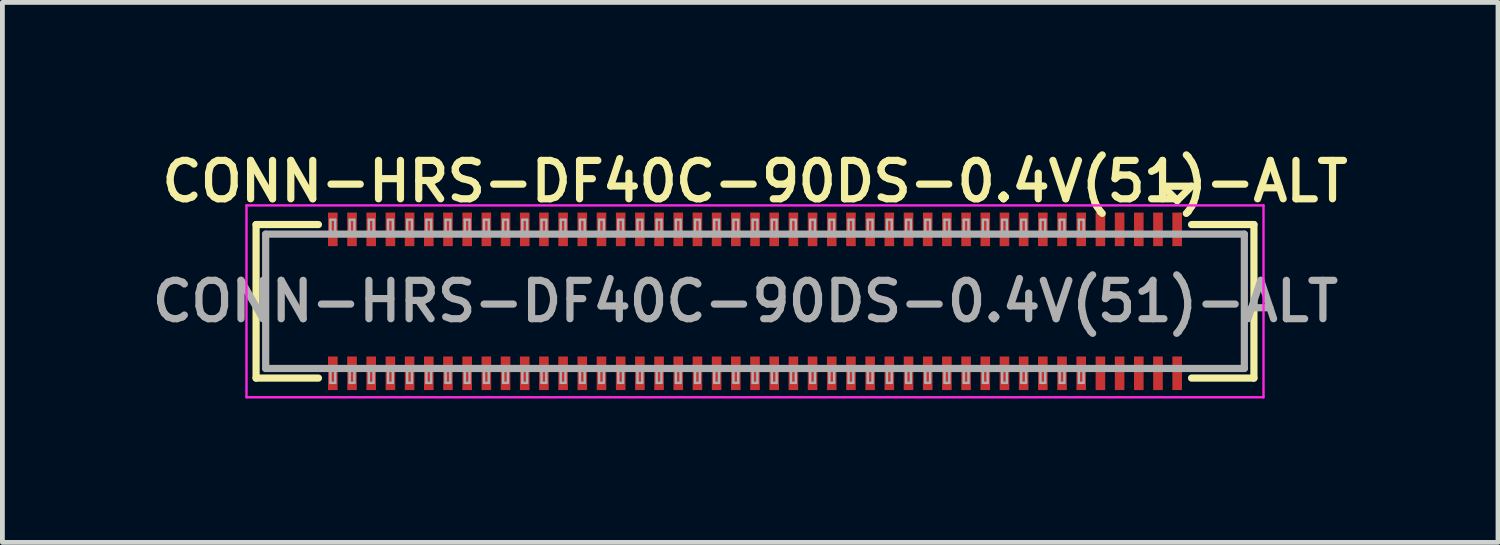
<source format=kicad_pcb>
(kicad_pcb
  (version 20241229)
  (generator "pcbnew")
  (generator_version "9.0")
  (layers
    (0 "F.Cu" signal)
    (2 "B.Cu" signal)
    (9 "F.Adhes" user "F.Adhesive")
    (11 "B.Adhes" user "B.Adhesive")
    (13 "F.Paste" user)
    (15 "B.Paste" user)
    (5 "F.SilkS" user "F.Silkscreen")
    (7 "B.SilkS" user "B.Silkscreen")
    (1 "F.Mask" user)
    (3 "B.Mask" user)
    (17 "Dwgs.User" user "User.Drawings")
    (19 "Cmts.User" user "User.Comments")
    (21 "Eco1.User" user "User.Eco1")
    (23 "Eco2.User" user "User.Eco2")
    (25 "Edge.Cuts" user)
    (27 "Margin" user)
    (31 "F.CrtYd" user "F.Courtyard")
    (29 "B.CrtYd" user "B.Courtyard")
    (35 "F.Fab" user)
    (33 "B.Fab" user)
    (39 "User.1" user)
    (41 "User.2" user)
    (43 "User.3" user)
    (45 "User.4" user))
  (footprint "CONN-HRS-DF40C-90DS-0.4V(51)-ALT"
    (layer "F.Cu")
    (at 12.688 3.231)
    (property "Reference" "CONN-HRS-DF40C-90DS-0.4V(51)-ALT" (at 0 -2.5 0) (layer "F.SilkS") (effects (font (size 0.8 0.8) (thickness 0.15))))
    (attr through_hole)
    (fp_line (start -10.4 -1.6) (end -10.4 1.6) (stroke (width 0.15) (type solid)) (layer "F.SilkS"))
    (fp_line (start -10.4 -1.6) (end -9.1 -1.6) (stroke (width 0.15) (type solid)) (layer "F.SilkS"))
    (fp_line (start -10.4 1.6) (end -9.1 1.6) (stroke (width 0.15) (type solid)) (layer "F.SilkS"))
    (fp_line (start 8.5 -2.4) (end 9.1 -2.4) (stroke (width 0.15) (type solid)) (layer "F.SilkS"))
    (fp_line (start 8.8 -2.1) (end 8.5 -2.4) (stroke (width 0.15) (type solid)) (layer "F.SilkS"))
    (fp_line (start 9.1 -2.4) (end 8.8 -2.1) (stroke (width 0.15) (type solid)) (layer "F.SilkS"))
    (fp_line (start 9.1 -1.6) (end 10.4 -1.6) (stroke (width 0.15) (type solid)) (layer "F.SilkS"))
    (fp_line (start 9.1 1.6) (end 10.4 1.6) (stroke (width 0.15) (type solid)) (layer "F.SilkS"))
    (fp_line (start 10.4 1.6) (end 10.4 -1.6) (stroke (width 0.15) (type solid)) (layer "F.SilkS"))
    (fp_line (start -10.6 -2) (end -10.6 2) (stroke (width 0.05) (type solid)) (layer "F.CrtYd"))
    (fp_line (start -10.6 2) (end 10.6 2) (stroke (width 0.05) (type solid)) (layer "F.CrtYd"))
    (fp_line (start 10.6 -2) (end -10.6 -2) (stroke (width 0.05) (type solid)) (layer "F.CrtYd"))
    (fp_line (start 10.6 2) (end 10.6 -2) (stroke (width 0.05) (type solid)) (layer "F.CrtYd"))
    (fp_line (start -10.2 -1.4) (end -10.2 1.4) (stroke (width 0.15) (type solid)) (layer "F.Fab"))
    (fp_line (start -10.2 1.4) (end 10.2 1.4) (stroke (width 0.15) (type solid)) (layer "F.Fab"))
    (fp_line (start -8.85 -1.7) (end -8.75 -1.7) (stroke (width 0.05) (type solid)) (layer "F.Fab"))
    (fp_line (start -8.85 -1.4) (end -8.85 -1.7) (stroke (width 0.05) (type solid)) (layer "F.Fab"))
    (fp_line (start -8.85 1.7) (end -8.85 1.4) (stroke (width 0.05) (type solid)) (layer "F.Fab"))
    (fp_line (start -8.75 -1.7) (end -8.75 -1.4) (stroke (width 0.05) (type solid)) (layer "F.Fab"))
    (fp_line (start -8.75 1.4) (end -8.75 1.7) (stroke (width 0.05) (type solid)) (layer "F.Fab"))
    (fp_line (start -8.75 1.7) (end -8.85 1.7) (stroke (width 0.05) (type solid)) (layer "F.Fab"))
    (fp_line (start -8.45 -1.7) (end -8.35 -1.7) (stroke (width 0.05) (type solid)) (layer "F.Fab"))
    (fp_line (start -8.45 -1.4) (end -8.45 -1.7) (stroke (width 0.05) (type solid)) (layer "F.Fab"))
    (fp_line (start -8.45 1.7) (end -8.45 1.4) (stroke (width 0.05) (type solid)) (layer "F.Fab"))
    (fp_line (start -8.35 -1.7) (end -8.35 -1.4) (stroke (width 0.05) (type solid)) (layer "F.Fab"))
    (fp_line (start -8.35 1.4) (end -8.35 1.7) (stroke (width 0.05) (type solid)) (layer "F.Fab"))
    (fp_line (start -8.35 1.7) (end -8.45 1.7) (stroke (width 0.05) (type solid)) (layer "F.Fab"))
    (fp_line (start -8.05 -1.7) (end -7.95 -1.7) (stroke (width 0.05) (type solid)) (layer "F.Fab"))
    (fp_line (start -8.05 -1.4) (end -8.05 -1.7) (stroke (width 0.05) (type solid)) (layer "F.Fab"))
    (fp_line (start -8.05 1.7) (end -8.05 1.4) (stroke (width 0.05) (type solid)) (layer "F.Fab"))
    (fp_line (start -7.95 -1.7) (end -7.95 -1.4) (stroke (width 0.05) (type solid)) (layer "F.Fab"))
    (fp_line (start -7.95 1.4) (end -7.95 1.7) (stroke (width 0.05) (type solid)) (layer "F.Fab"))
    (fp_line (start -7.95 1.7) (end -8.05 1.7) (stroke (width 0.05) (type solid)) (layer "F.Fab"))
    (fp_line (start -7.65 -1.7) (end -7.55 -1.7) (stroke (width 0.05) (type solid)) (layer "F.Fab"))
    (fp_line (start -7.65 -1.4) (end -7.65 -1.7) (stroke (width 0.05) (type solid)) (layer "F.Fab"))
    (fp_line (start -7.65 1.7) (end -7.65 1.4) (stroke (width 0.05) (type solid)) (layer "F.Fab"))
    (fp_line (start -7.55 -1.7) (end -7.55 -1.4) (stroke (width 0.05) (type solid)) (layer "F.Fab"))
    (fp_line (start -7.55 1.4) (end -7.55 1.7) (stroke (width 0.05) (type solid)) (layer "F.Fab"))
    (fp_line (start -7.55 1.7) (end -7.65 1.7) (stroke (width 0.05) (type solid)) (layer "F.Fab"))
    (fp_line (start -7.25 -1.7) (end -7.15 -1.7) (stroke (width 0.05) (type solid)) (layer "F.Fab"))
    (fp_line (start -7.25 -1.4) (end -7.25 -1.7) (stroke (width 0.05) (type solid)) (layer "F.Fab"))
    (fp_line (start -7.25 1.7) (end -7.25 1.4) (stroke (width 0.05) (type solid)) (layer "F.Fab"))
    (fp_line (start -7.15 -1.7) (end -7.15 -1.4) (stroke (width 0.05) (type solid)) (layer "F.Fab"))
    (fp_line (start -7.15 1.4) (end -7.15 1.7) (stroke (width 0.05) (type solid)) (layer "F.Fab"))
    (fp_line (start -7.15 1.7) (end -7.25 1.7) (stroke (width 0.05) (type solid)) (layer "F.Fab"))
    (fp_line (start -6.85 -1.7) (end -6.75 -1.7) (stroke (width 0.05) (type solid)) (layer "F.Fab"))
    (fp_line (start -6.85 -1.4) (end -6.85 -1.7) (stroke (width 0.05) (type solid)) (layer "F.Fab"))
    (fp_line (start -6.85 1.7) (end -6.85 1.4) (stroke (width 0.05) (type solid)) (layer "F.Fab"))
    (fp_line (start -6.75 -1.7) (end -6.75 -1.4) (stroke (width 0.05) (type solid)) (layer "F.Fab"))
    (fp_line (start -6.75 1.4) (end -6.75 1.7) (stroke (width 0.05) (type solid)) (layer "F.Fab"))
    (fp_line (start -6.75 1.7) (end -6.85 1.7) (stroke (width 0.05) (type solid)) (layer "F.Fab"))
    (fp_line (start -6.45 -1.7) (end -6.35 -1.7) (stroke (width 0.05) (type solid)) (layer "F.Fab"))
    (fp_line (start -6.45 -1.4) (end -6.45 -1.7) (stroke (width 0.05) (type solid)) (layer "F.Fab"))
    (fp_line (start -6.45 1.7) (end -6.45 1.4) (stroke (width 0.05) (type solid)) (layer "F.Fab"))
    (fp_line (start -6.35 -1.7) (end -6.35 -1.4) (stroke (width 0.05) (type solid)) (layer "F.Fab"))
    (fp_line (start -6.35 1.4) (end -6.35 1.7) (stroke (width 0.05) (type solid)) (layer "F.Fab"))
    (fp_line (start -6.35 1.7) (end -6.45 1.7) (stroke (width 0.05) (type solid)) (layer "F.Fab"))
    (fp_line (start -6.05 -1.7) (end -5.95 -1.7) (stroke (width 0.05) (type solid)) (layer "F.Fab"))
    (fp_line (start -6.05 -1.4) (end -6.05 -1.7) (stroke (width 0.05) (type solid)) (layer "F.Fab"))
    (fp_line (start -6.05 1.7) (end -6.05 1.4) (stroke (width 0.05) (type solid)) (layer "F.Fab"))
    (fp_line (start -5.95 -1.7) (end -5.95 -1.4) (stroke (width 0.05) (type solid)) (layer "F.Fab"))
    (fp_line (start -5.95 1.4) (end -5.95 1.7) (stroke (width 0.05) (type solid)) (layer "F.Fab"))
    (fp_line (start -5.95 1.7) (end -6.05 1.7) (stroke (width 0.05) (type solid)) (layer "F.Fab"))
    (fp_line (start -5.65 -1.7) (end -5.55 -1.7) (stroke (width 0.05) (type solid)) (layer "F.Fab"))
    (fp_line (start -5.65 -1.4) (end -5.65 -1.7) (stroke (width 0.05) (type solid)) (layer "F.Fab"))
    (fp_line (start -5.65 1.7) (end -5.65 1.4) (stroke (width 0.05) (type solid)) (layer "F.Fab"))
    (fp_line (start -5.55 -1.7) (end -5.55 -1.4) (stroke (width 0.05) (type solid)) (layer "F.Fab"))
    (fp_line (start -5.55 1.4) (end -5.55 1.7) (stroke (width 0.05) (type solid)) (layer "F.Fab"))
    (fp_line (start -5.55 1.7) (end -5.65 1.7) (stroke (width 0.05) (type solid)) (layer "F.Fab"))
    (fp_line (start -5.25 -1.7) (end -5.15 -1.7) (stroke (width 0.05) (type solid)) (layer "F.Fab"))
    (fp_line (start -5.25 -1.4) (end -5.25 -1.7) (stroke (width 0.05) (type solid)) (layer "F.Fab"))
    (fp_line (start -5.25 1.7) (end -5.25 1.4) (stroke (width 0.05) (type solid)) (layer "F.Fab"))
    (fp_line (start -5.15 -1.7) (end -5.15 -1.4) (stroke (width 0.05) (type solid)) (layer "F.Fab"))
    (fp_line (start -5.15 1.4) (end -5.15 1.7) (stroke (width 0.05) (type solid)) (layer "F.Fab"))
    (fp_line (start -5.15 1.7) (end -5.25 1.7) (stroke (width 0.05) (type solid)) (layer "F.Fab"))
    (fp_line (start -4.85 -1.7) (end -4.75 -1.7) (stroke (width 0.05) (type solid)) (layer "F.Fab"))
    (fp_line (start -4.85 -1.4) (end -4.85 -1.7) (stroke (width 0.05) (type solid)) (layer "F.Fab"))
    (fp_line (start -4.85 1.7) (end -4.85 1.4) (stroke (width 0.05) (type solid)) (layer "F.Fab"))
    (fp_line (start -4.75 -1.7) (end -4.75 -1.4) (stroke (width 0.05) (type solid)) (layer "F.Fab"))
    (fp_line (start -4.75 1.4) (end -4.75 1.7) (stroke (width 0.05) (type solid)) (layer "F.Fab"))
    (fp_line (start -4.75 1.7) (end -4.85 1.7) (stroke (width 0.05) (type solid)) (layer "F.Fab"))
    (fp_line (start -4.45 -1.7) (end -4.35 -1.7) (stroke (width 0.05) (type solid)) (layer "F.Fab"))
    (fp_line (start -4.45 -1.4) (end -4.45 -1.7) (stroke (width 0.05) (type solid)) (layer "F.Fab"))
    (fp_line (start -4.45 1.7) (end -4.45 1.4) (stroke (width 0.05) (type solid)) (layer "F.Fab"))
    (fp_line (start -4.35 -1.7) (end -4.35 -1.4) (stroke (width 0.05) (type solid)) (layer "F.Fab"))
    (fp_line (start -4.35 1.4) (end -4.35 1.7) (stroke (width 0.05) (type solid)) (layer "F.Fab"))
    (fp_line (start -4.35 1.7) (end -4.45 1.7) (stroke (width 0.05) (type solid)) (layer "F.Fab"))
    (fp_line (start -4.05 -1.7) (end -3.95 -1.7) (stroke (width 0.05) (type solid)) (layer "F.Fab"))
    (fp_line (start -4.05 -1.4) (end -4.05 -1.7) (stroke (width 0.05) (type solid)) (layer "F.Fab"))
    (fp_line (start -4.05 1.7) (end -4.05 1.4) (stroke (width 0.05) (type solid)) (layer "F.Fab"))
    (fp_line (start -3.95 -1.7) (end -3.95 -1.4) (stroke (width 0.05) (type solid)) (layer "F.Fab"))
    (fp_line (start -3.95 1.4) (end -3.95 1.7) (stroke (width 0.05) (type solid)) (layer "F.Fab"))
    (fp_line (start -3.95 1.7) (end -4.05 1.7) (stroke (width 0.05) (type solid)) (layer "F.Fab"))
    (fp_line (start -3.65 -1.7) (end -3.55 -1.7) (stroke (width 0.05) (type solid)) (layer "F.Fab"))
    (fp_line (start -3.65 -1.4) (end -3.65 -1.7) (stroke (width 0.05) (type solid)) (layer "F.Fab"))
    (fp_line (start -3.65 1.7) (end -3.65 1.4) (stroke (width 0.05) (type solid)) (layer "F.Fab"))
    (fp_line (start -3.55 -1.7) (end -3.55 -1.4) (stroke (width 0.05) (type solid)) (layer "F.Fab"))
    (fp_line (start -3.55 1.4) (end -3.55 1.7) (stroke (width 0.05) (type solid)) (layer "F.Fab"))
    (fp_line (start -3.55 1.7) (end -3.65 1.7) (stroke (width 0.05) (type solid)) (layer "F.Fab"))
    (fp_line (start -3.25 -1.7) (end -3.15 -1.7) (stroke (width 0.05) (type solid)) (layer "F.Fab"))
    (fp_line (start -3.25 -1.4) (end -3.25 -1.7) (stroke (width 0.05) (type solid)) (layer "F.Fab"))
    (fp_line (start -3.25 1.7) (end -3.25 1.4) (stroke (width 0.05) (type solid)) (layer "F.Fab"))
    (fp_line (start -3.15 -1.7) (end -3.15 -1.4) (stroke (width 0.05) (type solid)) (layer "F.Fab"))
    (fp_line (start -3.15 1.4) (end -3.15 1.7) (stroke (width 0.05) (type solid)) (layer "F.Fab"))
    (fp_line (start -3.15 1.7) (end -3.25 1.7) (stroke (width 0.05) (type solid)) (layer "F.Fab"))
    (fp_line (start -2.85 -1.7) (end -2.75 -1.7) (stroke (width 0.05) (type solid)) (layer "F.Fab"))
    (fp_line (start -2.85 -1.4) (end -2.85 -1.7) (stroke (width 0.05) (type solid)) (layer "F.Fab"))
    (fp_line (start -2.85 1.7) (end -2.85 1.4) (stroke (width 0.05) (type solid)) (layer "F.Fab"))
    (fp_line (start -2.75 -1.7) (end -2.75 -1.4) (stroke (width 0.05) (type solid)) (layer "F.Fab"))
    (fp_line (start -2.75 1.4) (end -2.75 1.7) (stroke (width 0.05) (type solid)) (layer "F.Fab"))
    (fp_line (start -2.75 1.7) (end -2.85 1.7) (stroke (width 0.05) (type solid)) (layer "F.Fab"))
    (fp_line (start -2.45 -1.7) (end -2.35 -1.7) (stroke (width 0.05) (type solid)) (layer "F.Fab"))
    (fp_line (start -2.45 -1.4) (end -2.45 -1.7) (stroke (width 0.05) (type solid)) (layer "F.Fab"))
    (fp_line (start -2.45 1.7) (end -2.45 1.4) (stroke (width 0.05) (type solid)) (layer "F.Fab"))
    (fp_line (start -2.35 -1.7) (end -2.35 -1.4) (stroke (width 0.05) (type solid)) (layer "F.Fab"))
    (fp_line (start -2.35 1.4) (end -2.35 1.7) (stroke (width 0.05) (type solid)) (layer "F.Fab"))
    (fp_line (start -2.35 1.7) (end -2.45 1.7) (stroke (width 0.05) (type solid)) (layer "F.Fab"))
    (fp_line (start -2.05 -1.7) (end -1.95 -1.7) (stroke (width 0.05) (type solid)) (layer "F.Fab"))
    (fp_line (start -2.05 -1.4) (end -2.05 -1.7) (stroke (width 0.05) (type solid)) (layer "F.Fab"))
    (fp_line (start -2.05 1.7) (end -2.05 1.4) (stroke (width 0.05) (type solid)) (layer "F.Fab"))
    (fp_line (start -1.95 -1.7) (end -1.95 -1.4) (stroke (width 0.05) (type solid)) (layer "F.Fab"))
    (fp_line (start -1.95 1.4) (end -1.95 1.7) (stroke (width 0.05) (type solid)) (layer "F.Fab"))
    (fp_line (start -1.95 1.7) (end -2.05 1.7) (stroke (width 0.05) (type solid)) (layer "F.Fab"))
    (fp_line (start -1.65 -1.7) (end -1.55 -1.7) (stroke (width 0.05) (type solid)) (layer "F.Fab"))
    (fp_line (start -1.65 -1.4) (end -1.65 -1.7) (stroke (width 0.05) (type solid)) (layer "F.Fab"))
    (fp_line (start -1.65 1.7) (end -1.65 1.4) (stroke (width 0.05) (type solid)) (layer "F.Fab"))
    (fp_line (start -1.55 -1.7) (end -1.55 -1.4) (stroke (width 0.05) (type solid)) (layer "F.Fab"))
    (fp_line (start -1.55 1.4) (end -1.55 1.7) (stroke (width 0.05) (type solid)) (layer "F.Fab"))
    (fp_line (start -1.55 1.7) (end -1.65 1.7) (stroke (width 0.05) (type solid)) (layer "F.Fab"))
    (fp_line (start -1.25 -1.7) (end -1.15 -1.7) (stroke (width 0.05) (type solid)) (layer "F.Fab"))
    (fp_line (start -1.25 -1.4) (end -1.25 -1.7) (stroke (width 0.05) (type solid)) (layer "F.Fab"))
    (fp_line (start -1.25 1.7) (end -1.25 1.4) (stroke (width 0.05) (type solid)) (layer "F.Fab"))
    (fp_line (start -1.15 -1.7) (end -1.15 -1.4) (stroke (width 0.05) (type solid)) (layer "F.Fab"))
    (fp_line (start -1.15 1.4) (end -1.15 1.7) (stroke (width 0.05) (type solid)) (layer "F.Fab"))
    (fp_line (start -1.15 1.7) (end -1.25 1.7) (stroke (width 0.05) (type solid)) (layer "F.Fab"))
    (fp_line (start -0.85 -1.7) (end -0.75 -1.7) (stroke (width 0.05) (type solid)) (layer "F.Fab"))
    (fp_line (start -0.85 -1.4) (end -0.85 -1.7) (stroke (width 0.05) (type solid)) (layer "F.Fab"))
    (fp_line (start -0.85 1.7) (end -0.85 1.4) (stroke (width 0.05) (type solid)) (layer "F.Fab"))
    (fp_line (start -0.75 -1.7) (end -0.75 -1.4) (stroke (width 0.05) (type solid)) (layer "F.Fab"))
    (fp_line (start -0.75 1.4) (end -0.75 1.7) (stroke (width 0.05) (type solid)) (layer "F.Fab"))
    (fp_line (start -0.75 1.7) (end -0.85 1.7) (stroke (width 0.05) (type solid)) (layer "F.Fab"))
    (fp_line (start -0.45 -1.7) (end -0.35 -1.7) (stroke (width 0.05) (type solid)) (layer "F.Fab"))
    (fp_line (start -0.45 -1.4) (end -0.45 -1.7) (stroke (width 0.05) (type solid)) (layer "F.Fab"))
    (fp_line (start -0.45 1.7) (end -0.45 1.4) (stroke (width 0.05) (type solid)) (layer "F.Fab"))
    (fp_line (start -0.35 -1.7) (end -0.35 -1.4) (stroke (width 0.05) (type solid)) (layer "F.Fab"))
    (fp_line (start -0.35 1.4) (end -0.35 1.7) (stroke (width 0.05) (type solid)) (layer "F.Fab"))
    (fp_line (start -0.35 1.7) (end -0.45 1.7) (stroke (width 0.05) (type solid)) (layer "F.Fab"))
    (fp_line (start -0.05 -1.7) (end 0.05 -1.7) (stroke (width 0.05) (type solid)) (layer "F.Fab"))
    (fp_line (start -0.05 -1.4) (end -0.05 -1.7) (stroke (width 0.05) (type solid)) (layer "F.Fab"))
    (fp_line (start -0.05 1.7) (end -0.05 1.4) (stroke (width 0.05) (type solid)) (layer "F.Fab"))
    (fp_line (start 0.05 -1.7) (end 0.05 -1.4) (stroke (width 0.05) (type solid)) (layer "F.Fab"))
    (fp_line (start 0.05 1.4) (end 0.05 1.7) (stroke (width 0.05) (type solid)) (layer "F.Fab"))
    (fp_line (start 0.05 1.7) (end -0.05 1.7) (stroke (width 0.05) (type solid)) (layer "F.Fab"))
    (fp_line (start 0.35 -1.7) (end 0.45 -1.7) (stroke (width 0.05) (type solid)) (layer "F.Fab"))
    (fp_line (start 0.35 -1.4) (end 0.35 -1.7) (stroke (width 0.05) (type solid)) (layer "F.Fab"))
    (fp_line (start 0.35 1.7) (end 0.35 1.4) (stroke (width 0.05) (type solid)) (layer "F.Fab"))
    (fp_line (start 0.45 -1.7) (end 0.45 -1.4) (stroke (width 0.05) (type solid)) (layer "F.Fab"))
    (fp_line (start 0.45 1.4) (end 0.45 1.7) (stroke (width 0.05) (type solid)) (layer "F.Fab"))
    (fp_line (start 0.45 1.7) (end 0.35 1.7) (stroke (width 0.05) (type solid)) (layer "F.Fab"))
    (fp_line (start 0.75 -1.7) (end 0.85 -1.7) (stroke (width 0.05) (type solid)) (layer "F.Fab"))
    (fp_line (start 0.75 -1.4) (end 0.75 -1.7) (stroke (width 0.05) (type solid)) (layer "F.Fab"))
    (fp_line (start 0.75 1.7) (end 0.75 1.4) (stroke (width 0.05) (type solid)) (layer "F.Fab"))
    (fp_line (start 0.85 -1.7) (end 0.85 -1.4) (stroke (width 0.05) (type solid)) (layer "F.Fab"))
    (fp_line (start 0.85 1.4) (end 0.85 1.7) (stroke (width 0.05) (type solid)) (layer "F.Fab"))
    (fp_line (start 0.85 1.7) (end 0.75 1.7) (stroke (width 0.05) (type solid)) (layer "F.Fab"))
    (fp_line (start 1.15 -1.7) (end 1.25 -1.7) (stroke (width 0.05) (type solid)) (layer "F.Fab"))
    (fp_line (start 1.15 -1.4) (end 1.15 -1.7) (stroke (width 0.05) (type solid)) (layer "F.Fab"))
    (fp_line (start 1.15 1.7) (end 1.15 1.4) (stroke (width 0.05) (type solid)) (layer "F.Fab"))
    (fp_line (start 1.25 -1.7) (end 1.25 -1.4) (stroke (width 0.05) (type solid)) (layer "F.Fab"))
    (fp_line (start 1.25 1.4) (end 1.25 1.7) (stroke (width 0.05) (type solid)) (layer "F.Fab"))
    (fp_line (start 1.25 1.7) (end 1.15 1.7) (stroke (width 0.05) (type solid)) (layer "F.Fab"))
    (fp_line (start 1.55 -1.7) (end 1.65 -1.7) (stroke (width 0.05) (type solid)) (layer "F.Fab"))
    (fp_line (start 1.55 -1.4) (end 1.55 -1.7) (stroke (width 0.05) (type solid)) (layer "F.Fab"))
    (fp_line (start 1.55 1.7) (end 1.55 1.4) (stroke (width 0.05) (type solid)) (layer "F.Fab"))
    (fp_line (start 1.65 -1.7) (end 1.65 -1.4) (stroke (width 0.05) (type solid)) (layer "F.Fab"))
    (fp_line (start 1.65 1.4) (end 1.65 1.7) (stroke (width 0.05) (type solid)) (layer "F.Fab"))
    (fp_line (start 1.65 1.7) (end 1.55 1.7) (stroke (width 0.05) (type solid)) (layer "F.Fab"))
    (fp_line (start 1.95 -1.7) (end 2.05 -1.7) (stroke (width 0.05) (type solid)) (layer "F.Fab"))
    (fp_line (start 1.95 -1.4) (end 1.95 -1.7) (stroke (width 0.05) (type solid)) (layer "F.Fab"))
    (fp_line (start 1.95 1.7) (end 1.95 1.4) (stroke (width 0.05) (type solid)) (layer "F.Fab"))
    (fp_line (start 2.05 -1.7) (end 2.05 -1.4) (stroke (width 0.05) (type solid)) (layer "F.Fab"))
    (fp_line (start 2.05 1.4) (end 2.05 1.7) (stroke (width 0.05) (type solid)) (layer "F.Fab"))
    (fp_line (start 2.05 1.7) (end 1.95 1.7) (stroke (width 0.05) (type solid)) (layer "F.Fab"))
    (fp_line (start 2.35 -1.7) (end 2.45 -1.7) (stroke (width 0.05) (type solid)) (layer "F.Fab"))
    (fp_line (start 2.35 -1.4) (end 2.35 -1.7) (stroke (width 0.05) (type solid)) (layer "F.Fab"))
    (fp_line (start 2.35 1.7) (end 2.35 1.4) (stroke (width 0.05) (type solid)) (layer "F.Fab"))
    (fp_line (start 2.45 -1.7) (end 2.45 -1.4) (stroke (width 0.05) (type solid)) (layer "F.Fab"))
    (fp_line (start 2.45 1.4) (end 2.45 1.7) (stroke (width 0.05) (type solid)) (layer "F.Fab"))
    (fp_line (start 2.45 1.7) (end 2.35 1.7) (stroke (width 0.05) (type solid)) (layer "F.Fab"))
    (fp_line (start 2.75 -1.7) (end 2.85 -1.7) (stroke (width 0.05) (type solid)) (layer "F.Fab"))
    (fp_line (start 2.75 -1.4) (end 2.75 -1.7) (stroke (width 0.05) (type solid)) (layer "F.Fab"))
    (fp_line (start 2.75 1.7) (end 2.75 1.4) (stroke (width 0.05) (type solid)) (layer "F.Fab"))
    (fp_line (start 2.85 -1.7) (end 2.85 -1.4) (stroke (width 0.05) (type solid)) (layer "F.Fab"))
    (fp_line (start 2.85 1.4) (end 2.85 1.7) (stroke (width 0.05) (type solid)) (layer "F.Fab"))
    (fp_line (start 2.85 1.7) (end 2.75 1.7) (stroke (width 0.05) (type solid)) (layer "F.Fab"))
    (fp_line (start 3.15 -1.7) (end 3.25 -1.7) (stroke (width 0.05) (type solid)) (layer "F.Fab"))
    (fp_line (start 3.15 -1.4) (end 3.15 -1.7) (stroke (width 0.05) (type solid)) (layer "F.Fab"))
    (fp_line (start 3.15 1.7) (end 3.15 1.4) (stroke (width 0.05) (type solid)) (layer "F.Fab"))
    (fp_line (start 3.25 -1.7) (end 3.25 -1.4) (stroke (width 0.05) (type solid)) (layer "F.Fab"))
    (fp_line (start 3.25 1.4) (end 3.25 1.7) (stroke (width 0.05) (type solid)) (layer "F.Fab"))
    (fp_line (start 3.25 1.7) (end 3.15 1.7) (stroke (width 0.05) (type solid)) (layer "F.Fab"))
    (fp_line (start 3.55 -1.7) (end 3.65 -1.7) (stroke (width 0.05) (type solid)) (layer "F.Fab"))
    (fp_line (start 3.55 -1.4) (end 3.55 -1.7) (stroke (width 0.05) (type solid)) (layer "F.Fab"))
    (fp_line (start 3.55 1.7) (end 3.55 1.4) (stroke (width 0.05) (type solid)) (layer "F.Fab"))
    (fp_line (start 3.65 -1.7) (end 3.65 -1.4) (stroke (width 0.05) (type solid)) (layer "F.Fab"))
    (fp_line (start 3.65 1.4) (end 3.65 1.7) (stroke (width 0.05) (type solid)) (layer "F.Fab"))
    (fp_line (start 3.65 1.7) (end 3.55 1.7) (stroke (width 0.05) (type solid)) (layer "F.Fab"))
    (fp_line (start 3.95 -1.7) (end 4.05 -1.7) (stroke (width 0.05) (type solid)) (layer "F.Fab"))
    (fp_line (start 3.95 -1.4) (end 3.95 -1.7) (stroke (width 0.05) (type solid)) (layer "F.Fab"))
    (fp_line (start 3.95 1.7) (end 3.95 1.4) (stroke (width 0.05) (type solid)) (layer "F.Fab"))
    (fp_line (start 4.05 -1.7) (end 4.05 -1.4) (stroke (width 0.05) (type solid)) (layer "F.Fab"))
    (fp_line (start 4.05 1.4) (end 4.05 1.7) (stroke (width 0.05) (type solid)) (layer "F.Fab"))
    (fp_line (start 4.05 1.7) (end 3.95 1.7) (stroke (width 0.05) (type solid)) (layer "F.Fab"))
    (fp_line (start 4.35 -1.7) (end 4.45 -1.7) (stroke (width 0.05) (type solid)) (layer "F.Fab"))
    (fp_line (start 4.35 -1.4) (end 4.35 -1.7) (stroke (width 0.05) (type solid)) (layer "F.Fab"))
    (fp_line (start 4.35 1.7) (end 4.35 1.4) (stroke (width 0.05) (type solid)) (layer "F.Fab"))
    (fp_line (start 4.45 -1.7) (end 4.45 -1.4) (stroke (width 0.05) (type solid)) (layer "F.Fab"))
    (fp_line (start 4.45 1.4) (end 4.45 1.7) (stroke (width 0.05) (type solid)) (layer "F.Fab"))
    (fp_line (start 4.45 1.7) (end 4.35 1.7) (stroke (width 0.05) (type solid)) (layer "F.Fab"))
    (fp_line (start 4.75 -1.7) (end 4.85 -1.7) (stroke (width 0.05) (type solid)) (layer "F.Fab"))
    (fp_line (start 4.75 -1.4) (end 4.75 -1.7) (stroke (width 0.05) (type solid)) (layer "F.Fab"))
    (fp_line (start 4.75 1.7) (end 4.75 1.4) (stroke (width 0.05) (type solid)) (layer "F.Fab"))
    (fp_line (start 4.85 -1.7) (end 4.85 -1.4) (stroke (width 0.05) (type solid)) (layer "F.Fab"))
    (fp_line (start 4.85 1.4) (end 4.85 1.7) (stroke (width 0.05) (type solid)) (layer "F.Fab"))
    (fp_line (start 4.85 1.7) (end 4.75 1.7) (stroke (width 0.05) (type solid)) (layer "F.Fab"))
    (fp_line (start 5.15 -1.7) (end 5.25 -1.7) (stroke (width 0.05) (type solid)) (layer "F.Fab"))
    (fp_line (start 5.15 -1.4) (end 5.15 -1.7) (stroke (width 0.05) (type solid)) (layer "F.Fab"))
    (fp_line (start 5.15 1.7) (end 5.15 1.4) (stroke (width 0.05) (type solid)) (layer "F.Fab"))
    (fp_line (start 5.25 -1.7) (end 5.25 -1.4) (stroke (width 0.05) (type solid)) (layer "F.Fab"))
    (fp_line (start 5.25 1.4) (end 5.25 1.7) (stroke (width 0.05) (type solid)) (layer "F.Fab"))
    (fp_line (start 5.25 1.7) (end 5.15 1.7) (stroke (width 0.05) (type solid)) (layer "F.Fab"))
    (fp_line (start 5.55 -1.7) (end 5.65 -1.7) (stroke (width 0.05) (type solid)) (layer "F.Fab"))
    (fp_line (start 5.55 -1.4) (end 5.55 -1.7) (stroke (width 0.05) (type solid)) (layer "F.Fab"))
    (fp_line (start 5.55 1.7) (end 5.55 1.4) (stroke (width 0.05) (type solid)) (layer "F.Fab"))
    (fp_line (start 5.65 -1.7) (end 5.65 -1.4) (stroke (width 0.05) (type solid)) (layer "F.Fab"))
    (fp_line (start 5.65 1.4) (end 5.65 1.7) (stroke (width 0.05) (type solid)) (layer "F.Fab"))
    (fp_line (start 5.65 1.7) (end 5.55 1.7) (stroke (width 0.05) (type solid)) (layer "F.Fab"))
    (fp_line (start 5.95 -1.7) (end 6.05 -1.7) (stroke (width 0.05) (type solid)) (layer "F.Fab"))
    (fp_line (start 5.95 -1.4) (end 5.95 -1.7) (stroke (width 0.05) (type solid)) (layer "F.Fab"))
    (fp_line (start 5.95 1.7) (end 5.95 1.4) (stroke (width 0.05) (type solid)) (layer "F.Fab"))
    (fp_line (start 6.05 -1.7) (end 6.05 -1.4) (stroke (width 0.05) (type solid)) (layer "F.Fab"))
    (fp_line (start 6.05 1.4) (end 6.05 1.7) (stroke (width 0.05) (type solid)) (layer "F.Fab"))
    (fp_line (start 6.05 1.7) (end 5.95 1.7) (stroke (width 0.05) (type solid)) (layer "F.Fab"))
    (fp_line (start 6.35 -1.7) (end 6.45 -1.7) (stroke (width 0.05) (type solid)) (layer "F.Fab"))
    (fp_line (start 6.35 -1.4) (end 6.35 -1.7) (stroke (width 0.05) (type solid)) (layer "F.Fab"))
    (fp_line (start 6.35 1.7) (end 6.35 1.4) (stroke (width 0.05) (type solid)) (layer "F.Fab"))
    (fp_line (start 6.45 -1.7) (end 6.45 -1.4) (stroke (width 0.05) (type solid)) (layer "F.Fab"))
    (fp_line (start 6.45 1.4) (end 6.45 1.7) (stroke (width 0.05) (type solid)) (layer "F.Fab"))
    (fp_line (start 6.45 1.7) (end 6.35 1.7) (stroke (width 0.05) (type solid)) (layer "F.Fab"))
    (fp_line (start 6.75 -1.7) (end 6.85 -1.7) (stroke (width 0.05) (type solid)) (layer "F.Fab"))
    (fp_line (start 6.75 -1.4) (end 6.75 -1.7) (stroke (width 0.05) (type solid)) (layer "F.Fab"))
    (fp_line (start 6.75 1.7) (end 6.75 1.4) (stroke (width 0.05) (type solid)) (layer "F.Fab"))
    (fp_line (start 6.85 -1.7) (end 6.85 -1.4) (stroke (width 0.05) (type solid)) (layer "F.Fab"))
    (fp_line (start 6.85 1.4) (end 6.85 1.7) (stroke (width 0.05) (type solid)) (layer "F.Fab"))
    (fp_line (start 6.85 1.7) (end 6.75 1.7) (stroke (width 0.05) (type solid)) (layer "F.Fab"))
    (fp_line (start 10.2 -1.4) (end -10.2 -1.4) (stroke (width 0.15) (type solid)) (layer "F.Fab"))
    (fp_line (start 10.2 1.4) (end 10.2 -1.4) (stroke (width 0.15) (type solid)) (layer "F.Fab"))
    (fp_text user "${REFERENCE}" (at -0.2 0 0) (layer "F.Fab") (effects (font (size 0.8 0.8) (thickness 0.15))))
    (pad "1" smd rect (at 8.8 -1.5) (size 0.2 0.7) (layers "F.Cu" "F.Mask" "F.Paste"))
    (pad "2" smd rect (at 8.8 1.5) (size 0.2 0.7) (layers "F.Cu" "F.Mask" "F.Paste"))
    (pad "3" smd rect (at 8.4 -1.5) (size 0.2 0.7) (layers "F.Cu" "F.Mask" "F.Paste"))
    (pad "4" smd rect (at 8.4 1.5) (size 0.2 0.7) (layers "F.Cu" "F.Mask" "F.Paste"))
    (pad "5" smd rect (at 8 -1.5) (size 0.2 0.7) (layers "F.Cu" "F.Mask" "F.Paste"))
    (pad "6" smd rect (at 8 1.5) (size 0.2 0.7) (layers "F.Cu" "F.Mask" "F.Paste"))
    (pad "7" smd rect (at 7.6 -1.5) (size 0.2 0.7) (layers "F.Cu" "F.Mask" "F.Paste"))
    (pad "8" smd rect (at 7.6 1.5) (size 0.2 0.7) (layers "F.Cu" "F.Mask" "F.Paste"))
    (pad "9" smd rect (at 7.2 -1.5) (size 0.2 0.7) (layers "F.Cu" "F.Mask" "F.Paste"))
    (pad "10" smd rect (at 7.2 1.5) (size 0.2 0.7) (layers "F.Cu" "F.Mask" "F.Paste"))
    (pad "11" smd rect (at 6.8 -1.5) (size 0.2 0.7) (layers "F.Cu" "F.Mask" "F.Paste"))
    (pad "12" smd rect (at 6.8 1.5) (size 0.2 0.7) (layers "F.Cu" "F.Mask" "F.Paste"))
    (pad "13" smd rect (at 6.4 -1.5) (size 0.2 0.7) (layers "F.Cu" "F.Mask" "F.Paste"))
    (pad "14" smd rect (at 6.4 1.5) (size 0.2 0.7) (layers "F.Cu" "F.Mask" "F.Paste"))
    (pad "15" smd rect (at 6 -1.5) (size 0.2 0.7) (layers "F.Cu" "F.Mask" "F.Paste"))
    (pad "16" smd rect (at 6 1.5) (size 0.2 0.7) (layers "F.Cu" "F.Mask" "F.Paste"))
    (pad "17" smd rect (at 5.6 -1.5) (size 0.2 0.7) (layers "F.Cu" "F.Mask" "F.Paste"))
    (pad "18" smd rect (at 5.6 1.5) (size 0.2 0.7) (layers "F.Cu" "F.Mask" "F.Paste"))
    (pad "19" smd rect (at 5.2 -1.5) (size 0.2 0.7) (layers "F.Cu" "F.Mask" "F.Paste"))
    (pad "20" smd rect (at 5.2 1.5) (size 0.2 0.7) (layers "F.Cu" "F.Mask" "F.Paste"))
    (pad "21" smd rect (at 4.8 -1.5) (size 0.2 0.7) (layers "F.Cu" "F.Mask" "F.Paste"))
    (pad "22" smd rect (at 4.8 1.5) (size 0.2 0.7) (layers "F.Cu" "F.Mask" "F.Paste"))
    (pad "23" smd rect (at 4.4 -1.5) (size 0.2 0.7) (layers "F.Cu" "F.Mask" "F.Paste"))
    (pad "24" smd rect (at 4.4 1.5) (size 0.2 0.7) (layers "F.Cu" "F.Mask" "F.Paste"))
    (pad "25" smd rect (at 4 -1.5) (size 0.2 0.7) (layers "F.Cu" "F.Mask" "F.Paste"))
    (pad "26" smd rect (at 4 1.5) (size 0.2 0.7) (layers "F.Cu" "F.Mask" "F.Paste"))
    (pad "27" smd rect (at 3.6 -1.5) (size 0.2 0.7) (layers "F.Cu" "F.Mask" "F.Paste"))
    (pad "28" smd rect (at 3.6 1.5) (size 0.2 0.7) (layers "F.Cu" "F.Mask" "F.Paste"))
    (pad "29" smd rect (at 3.2 -1.5) (size 0.2 0.7) (layers "F.Cu" "F.Mask" "F.Paste"))
    (pad "30" smd rect (at 3.2 1.5) (size 0.2 0.7) (layers "F.Cu" "F.Mask" "F.Paste"))
    (pad "31" smd rect (at 2.8 -1.5) (size 0.2 0.7) (layers "F.Cu" "F.Mask" "F.Paste"))
    (pad "32" smd rect (at 2.8 1.5) (size 0.2 0.7) (layers "F.Cu" "F.Mask" "F.Paste"))
    (pad "33" smd rect (at 2.4 -1.5) (size 0.2 0.7) (layers "F.Cu" "F.Mask" "F.Paste"))
    (pad "34" smd rect (at 2.4 1.5) (size 0.2 0.7) (layers "F.Cu" "F.Mask" "F.Paste"))
    (pad "35" smd rect (at 2 -1.5) (size 0.2 0.7) (layers "F.Cu" "F.Mask" "F.Paste"))
    (pad "36" smd rect (at 2 1.5) (size 0.2 0.7) (layers "F.Cu" "F.Mask" "F.Paste"))
    (pad "37" smd rect (at 1.6 -1.5) (size 0.2 0.7) (layers "F.Cu" "F.Mask" "F.Paste"))
    (pad "38" smd rect (at 1.6 1.5) (size 0.2 0.7) (layers "F.Cu" "F.Mask" "F.Paste"))
    (pad "39" smd rect (at 1.2 -1.5) (size 0.2 0.7) (layers "F.Cu" "F.Mask" "F.Paste"))
    (pad "40" smd rect (at 1.2 1.5) (size 0.2 0.7) (layers "F.Cu" "F.Mask" "F.Paste"))
    (pad "41" smd rect (at 0.8 -1.5) (size 0.2 0.7) (layers "F.Cu" "F.Mask" "F.Paste"))
    (pad "42" smd rect (at 0.8 1.5) (size 0.2 0.7) (layers "F.Cu" "F.Mask" "F.Paste"))
    (pad "43" smd rect (at 0.4 -1.5) (size 0.2 0.7) (layers "F.Cu" "F.Mask" "F.Paste"))
    (pad "44" smd rect (at 0.4 1.5) (size 0.2 0.7) (layers "F.Cu" "F.Mask" "F.Paste"))
    (pad "45" smd rect (at 0 -1.5) (size 0.2 0.7) (layers "F.Cu" "F.Mask" "F.Paste"))
    (pad "46" smd rect (at 0 1.5) (size 0.2 0.7) (layers "F.Cu" "F.Mask" "F.Paste"))
    (pad "47" smd rect (at -0.4 -1.5) (size 0.2 0.7) (layers "F.Cu" "F.Mask" "F.Paste"))
    (pad "48" smd rect (at -0.4 1.5) (size 0.2 0.7) (layers "F.Cu" "F.Mask" "F.Paste"))
    (pad "49" smd rect (at -0.8 -1.5) (size 0.2 0.7) (layers "F.Cu" "F.Mask" "F.Paste"))
    (pad "50" smd rect (at -0.8 1.5) (size 0.2 0.7) (layers "F.Cu" "F.Mask" "F.Paste"))
    (pad "51" smd rect (at -1.2 -1.5) (size 0.2 0.7) (layers "F.Cu" "F.Mask" "F.Paste"))
    (pad "52" smd rect (at -1.2 1.5) (size 0.2 0.7) (layers "F.Cu" "F.Mask" "F.Paste"))
    (pad "53" smd rect (at -1.6 -1.5) (size 0.2 0.7) (layers "F.Cu" "F.Mask" "F.Paste"))
    (pad "54" smd rect (at -1.6 1.5) (size 0.2 0.7) (layers "F.Cu" "F.Mask" "F.Paste"))
    (pad "55" smd rect (at -2 -1.5) (size 0.2 0.7) (layers "F.Cu" "F.Mask" "F.Paste"))
    (pad "56" smd rect (at -2 1.5) (size 0.2 0.7) (layers "F.Cu" "F.Mask" "F.Paste"))
    (pad "57" smd rect (at -2.4 -1.5) (size 0.2 0.7) (layers "F.Cu" "F.Mask" "F.Paste"))
    (pad "58" smd rect (at -2.4 1.5) (size 0.2 0.7) (layers "F.Cu" "F.Mask" "F.Paste"))
    (pad "59" smd rect (at -2.8 -1.5) (size 0.2 0.7) (layers "F.Cu" "F.Mask" "F.Paste"))
    (pad "60" smd rect (at -2.8 1.5) (size 0.2 0.7) (layers "F.Cu" "F.Mask" "F.Paste"))
    (pad "61" smd rect (at -3.2 -1.5) (size 0.2 0.7) (layers "F.Cu" "F.Mask" "F.Paste"))
    (pad "62" smd rect (at -3.2 1.5) (size 0.2 0.7) (layers "F.Cu" "F.Mask" "F.Paste"))
    (pad "63" smd rect (at -3.6 -1.5) (size 0.2 0.7) (layers "F.Cu" "F.Mask" "F.Paste"))
    (pad "64" smd rect (at -3.6 1.5) (size 0.2 0.7) (layers "F.Cu" "F.Mask" "F.Paste"))
    (pad "65" smd rect (at -4 -1.5) (size 0.2 0.7) (layers "F.Cu" "F.Mask" "F.Paste"))
    (pad "66" smd rect (at -4 1.5) (size 0.2 0.7) (layers "F.Cu" "F.Mask" "F.Paste"))
    (pad "67" smd rect (at -4.4 -1.5) (size 0.2 0.7) (layers "F.Cu" "F.Mask" "F.Paste"))
    (pad "68" smd rect (at -4.4 1.5) (size 0.2 0.7) (layers "F.Cu" "F.Mask" "F.Paste"))
    (pad "69" smd rect (at -4.8 -1.5) (size 0.2 0.7) (layers "F.Cu" "F.Mask" "F.Paste"))
    (pad "70" smd rect (at -4.8 1.5) (size 0.2 0.7) (layers "F.Cu" "F.Mask" "F.Paste"))
    (pad "71" smd rect (at -5.2 -1.5) (size 0.2 0.7) (layers "F.Cu" "F.Mask" "F.Paste"))
    (pad "72" smd rect (at -5.2 1.5) (size 0.2 0.7) (layers "F.Cu" "F.Mask" "F.Paste"))
    (pad "73" smd rect (at -5.6 -1.5) (size 0.2 0.7) (layers "F.Cu" "F.Mask" "F.Paste"))
    (pad "74" smd rect (at -5.6 1.5) (size 0.2 0.7) (layers "F.Cu" "F.Mask" "F.Paste"))
    (pad "75" smd rect (at -6 -1.5) (size 0.2 0.7) (layers "F.Cu" "F.Mask" "F.Paste"))
    (pad "76" smd rect (at -6 1.5) (size 0.2 0.7) (layers "F.Cu" "F.Mask" "F.Paste"))
    (pad "77" smd rect (at -6.4 -1.5) (size 0.2 0.7) (layers "F.Cu" "F.Mask" "F.Paste"))
    (pad "78" smd rect (at -6.4 1.5) (size 0.2 0.7) (layers "F.Cu" "F.Mask" "F.Paste"))
    (pad "79" smd rect (at -6.8 -1.5) (size 0.2 0.7) (layers "F.Cu" "F.Mask" "F.Paste"))
    (pad "80" smd rect (at -6.8 1.5) (size 0.2 0.7) (layers "F.Cu" "F.Mask" "F.Paste"))
    (pad "81" smd rect (at -7.2 -1.5) (size 0.2 0.7) (layers "F.Cu" "F.Mask" "F.Paste"))
    (pad "82" smd rect (at -7.2 1.5) (size 0.2 0.7) (layers "F.Cu" "F.Mask" "F.Paste"))
    (pad "83" smd rect (at -7.6 -1.5) (size 0.2 0.7) (layers "F.Cu" "F.Mask" "F.Paste"))
    (pad "84" smd rect (at -7.6 1.5) (size 0.2 0.7) (layers "F.Cu" "F.Mask" "F.Paste"))
    (pad "85" smd rect (at -8 -1.5) (size 0.2 0.7) (layers "F.Cu" "F.Mask" "F.Paste"))
    (pad "86" smd rect (at -8 1.5) (size 0.2 0.7) (layers "F.Cu" "F.Mask" "F.Paste"))
    (pad "87" smd rect (at -8.4 -1.5) (size 0.2 0.7) (layers "F.Cu" "F.Mask" "F.Paste"))
    (pad "88" smd rect (at -8.4 1.5) (size 0.2 0.7) (layers "F.Cu" "F.Mask" "F.Paste"))
    (pad "89" smd rect (at -8.8 -1.5) (size 0.2 0.7) (layers "F.Cu" "F.Mask" "F.Paste"))
    (pad "90" smd rect (at -8.8 1.5) (size 0.2 0.7) (layers "F.Cu" "F.Mask" "F.Paste")))
  (gr_rect
    (start -3 -3)
    (end 28.176 8.256)
    (stroke (width 0.1) (type default))
    (fill no)
    (layer "Edge.Cuts")))
</source>
